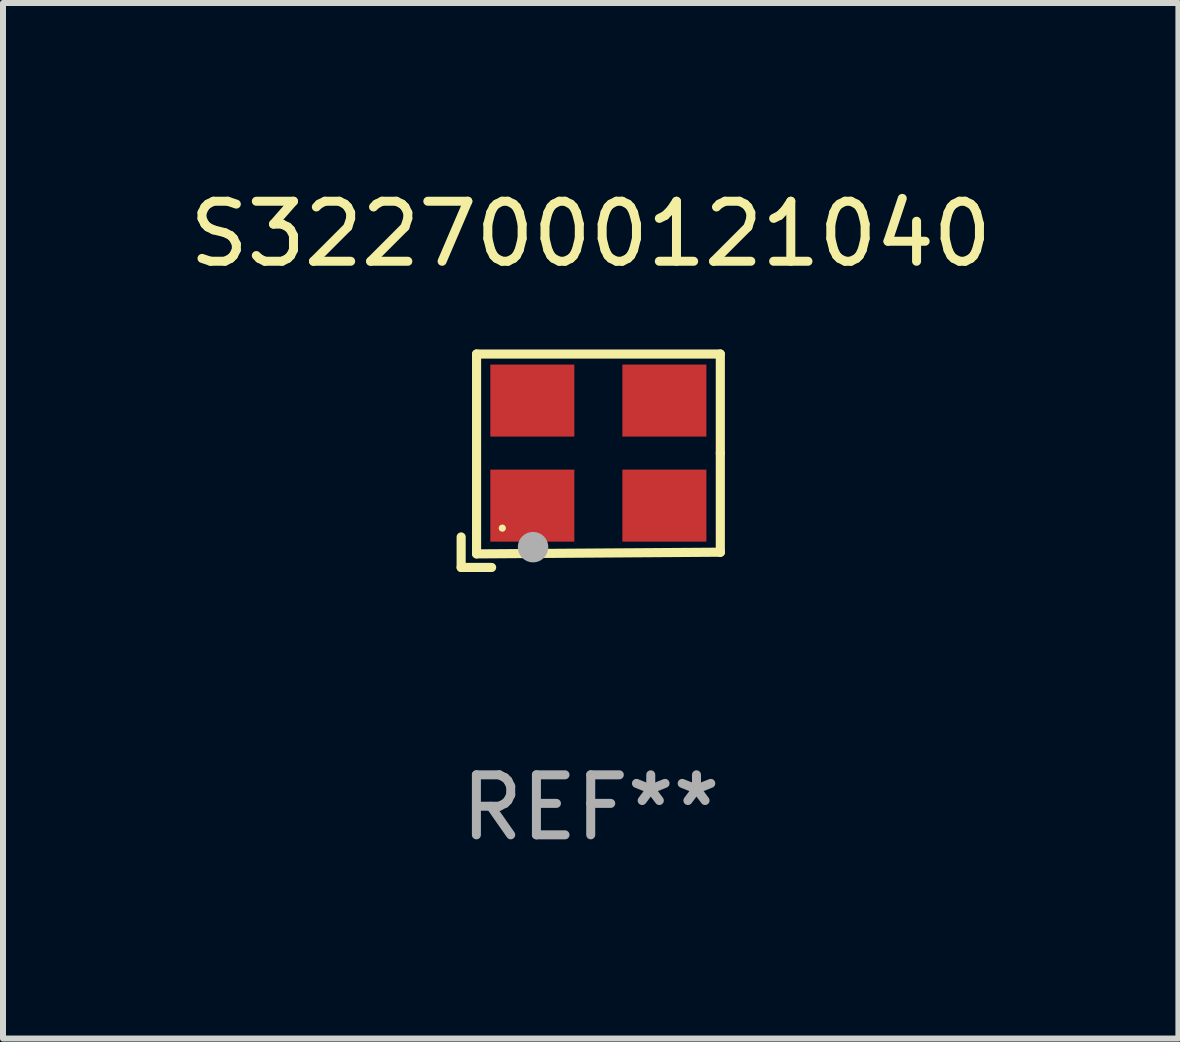
<source format=kicad_pcb>
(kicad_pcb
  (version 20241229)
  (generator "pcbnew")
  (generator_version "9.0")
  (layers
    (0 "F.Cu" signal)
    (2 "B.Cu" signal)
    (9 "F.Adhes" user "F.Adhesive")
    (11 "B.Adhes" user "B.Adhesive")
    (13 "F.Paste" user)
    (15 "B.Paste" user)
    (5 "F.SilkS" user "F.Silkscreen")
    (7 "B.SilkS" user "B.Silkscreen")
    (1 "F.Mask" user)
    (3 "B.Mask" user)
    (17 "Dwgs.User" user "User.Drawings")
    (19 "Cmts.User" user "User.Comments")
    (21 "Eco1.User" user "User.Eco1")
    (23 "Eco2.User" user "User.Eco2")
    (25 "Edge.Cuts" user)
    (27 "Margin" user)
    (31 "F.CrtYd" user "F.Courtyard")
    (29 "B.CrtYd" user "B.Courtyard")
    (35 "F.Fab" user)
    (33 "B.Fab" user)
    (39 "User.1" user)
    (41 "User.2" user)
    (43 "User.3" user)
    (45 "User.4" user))
  (footprint "S3227000121040"
    (layer "F.Cu")
    (at 6.792 4.626)
    (property "Reference" "S3227000121040" (at 0 -3.778 0) (layer "F.SilkS") (effects (font (size 1 1) (thickness 0.15))))
    (attr through_hole)
    (fp_line (start -2.159 1.27) (end -2.159 1.778) (stroke (width 0.152) (type solid)) (layer "F.SilkS"))
    (fp_line (start -2.159 1.778) (end -1.651 1.778) (stroke (width 0.152) (type solid)) (layer "F.SilkS"))
    (fp_line (start -1.902 -1.778) (end 2.159 -1.778) (stroke (width 0.152) (type solid)) (layer "F.SilkS"))
    (fp_line (start -1.902 1.552) (end -1.902 -1.778) (stroke (width 0.152) (type solid)) (layer "F.SilkS"))
    (fp_line (start 2.159 -1.778) (end 2.159 -0.127) (stroke (width 0.152) (type solid)) (layer "F.SilkS"))
    (fp_line (start 2.159 -0.127) (end 2.159 1.524) (stroke (width 0.152) (type solid)) (layer "F.SilkS"))
    (fp_line (start 2.159 1.524) (end -1.902 1.552) (stroke (width 0.152) (type solid)) (layer "F.SilkS"))
    (fp_line (start 2.159 1.524) (end 2.159 1.524) (stroke (width 0.152) (type solid)) (layer "F.SilkS"))
    (fp_circle (center -1.473 1.123) (end -1.443 1.123) (stroke (width 0.06) (type solid)) (fill no) (layer "F.SilkS"))
    (fp_circle (center -0.961 1.44) (end -0.834 1.44) (stroke (width 0.254) (type solid)) (fill no) (layer "F.Fab"))
    (fp_text user "REF**" (at 0 5.778 0) (layer "F.Fab") (effects (font (size 1 1) (thickness 0.15))))
    (pad "1" smd rect (at -0.973 0.748) (size 1.4 1.2) (layers "F.Cu" "F.Mask" "F.Paste"))
    (pad "2" smd rect (at 1.227 0.748) (size 1.4 1.2) (layers "F.Cu" "F.Mask" "F.Paste"))
    (pad "3" smd rect (at 1.227 -1.002) (size 1.4 1.2) (layers "F.Cu" "F.Mask" "F.Paste"))
    (pad "4" smd rect (at -0.973 -1.002) (size 1.4 1.2) (layers "F.Cu" "F.Mask" "F.Paste")))
  (gr_rect
    (start -3 -3)
    (end 16.583 14.253)
    (stroke (width 0.1) (type default))
    (fill no)
    (layer "Edge.Cuts")))
</source>
